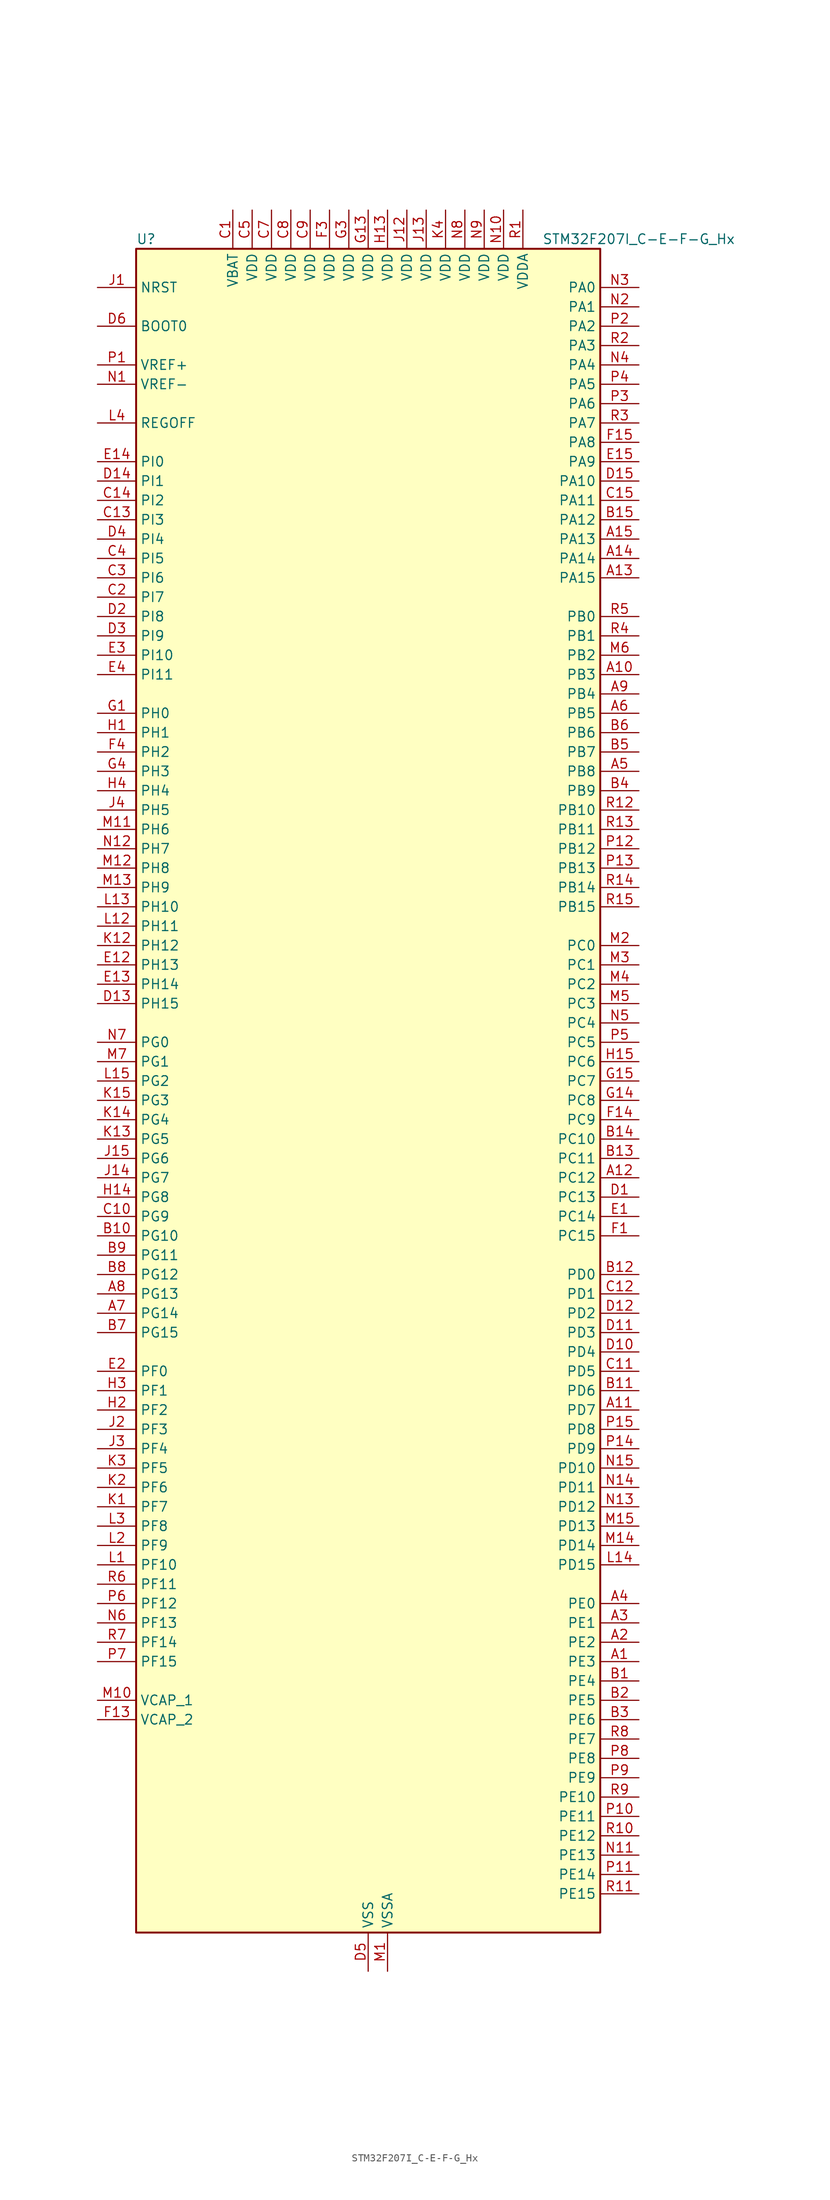
<source format=kicad_sym>
(kicad_symbol_lib
  (version 20241209)
  (generator "kicad_symbol_editor")
  (generator_version "9.0")
  (symbol "STM32F207I_C-E-F-G_Hx"
    (property "Reference" "U"
      (at -30.48 113.03 0)
      (effects (font (size 1.27 1.27)) (justify left)))
    (property "Value" "STM32F207I_C-E-F-G_Hx"
      (at 22.86 113.03 0)
      (effects (font (size 1.27 1.27)) (justify left)))
    (symbol "STM32F207I_C-E-F-G_Hx_0_1"
      (rectangle (start -30.48 -109.22) (end 30.48 111.76) (stroke (width 0.254) (type default)) (fill (type background))))
    (symbol "STM32F207I_C-E-F-G_Hx_1_1"
      (pin input line (at -35.56 106.68 0) (length 5.08) (name "NRST" (effects (font (size 1.27 1.27)))) (number "J1" (effects (font (size 1.27 1.27)))))
      (pin input line (at -35.56 101.6 0) (length 5.08) (name "BOOT0" (effects (font (size 1.27 1.27)))) (number "D6" (effects (font (size 1.27 1.27)))))
      (pin input line (at -35.56 96.52 0) (length 5.08) (name "VREF+" (effects (font (size 1.27 1.27)))) (number "P1" (effects (font (size 1.27 1.27)))))
      (pin input line (at -35.56 93.98 0) (length 5.08) (name "VREF-" (effects (font (size 1.27 1.27)))) (number "N1" (effects (font (size 1.27 1.27)))))
      (pin input line (at -35.56 88.9 0) (length 5.08) (name "REGOFF" (effects (font (size 1.27 1.27)))) (number "L4" (effects (font (size 1.27 1.27)))))
      (pin bidirectional line (at -35.56 83.82 0) (length 5.08) (name "PI0" (effects (font (size 1.27 1.27)))) (number "E14" (effects (font (size 1.27 1.27)))) (alternate "DCMI_D13" bidirectional line) (alternate "I2S2_WS" bidirectional line) (alternate "SPI2_NSS" bidirectional line) (alternate "TIM5_CH4" bidirectional line))
      (pin bidirectional line (at -35.56 81.28 0) (length 5.08) (name "PI1" (effects (font (size 1.27 1.27)))) (number "D14" (effects (font (size 1.27 1.27)))) (alternate "DCMI_D8" bidirectional line) (alternate "I2S2_SCK" bidirectional line) (alternate "SPI2_SCK" bidirectional line))
      (pin bidirectional line (at -35.56 78.74 0) (length 5.08) (name "PI2" (effects (font (size 1.27 1.27)))) (number "C14" (effects (font (size 1.27 1.27)))) (alternate "DCMI_D9" bidirectional line) (alternate "SPI2_MISO" bidirectional line) (alternate "TIM8_CH4" bidirectional line))
      (pin bidirectional line (at -35.56 76.2 0) (length 5.08) (name "PI3" (effects (font (size 1.27 1.27)))) (number "C13" (effects (font (size 1.27 1.27)))) (alternate "DCMI_D10" bidirectional line) (alternate "I2S2_SD" bidirectional line) (alternate "SPI2_MOSI" bidirectional line) (alternate "TIM8_ETR" bidirectional line))
      (pin bidirectional line (at -35.56 73.66 0) (length 5.08) (name "PI4" (effects (font (size 1.27 1.27)))) (number "D4" (effects (font (size 1.27 1.27)))) (alternate "DCMI_D5" bidirectional line) (alternate "TIM8_BKIN" bidirectional line))
      (pin bidirectional line (at -35.56 71.12 0) (length 5.08) (name "PI5" (effects (font (size 1.27 1.27)))) (number "C4" (effects (font (size 1.27 1.27)))) (alternate "DCMI_VSYNC" bidirectional line) (alternate "TIM8_CH1" bidirectional line))
      (pin bidirectional line (at -35.56 68.58 0) (length 5.08) (name "PI6" (effects (font (size 1.27 1.27)))) (number "C3" (effects (font (size 1.27 1.27)))) (alternate "DCMI_D6" bidirectional line) (alternate "TIM8_CH2" bidirectional line))
      (pin bidirectional line (at -35.56 66.04 0) (length 5.08) (name "PI7" (effects (font (size 1.27 1.27)))) (number "C2" (effects (font (size 1.27 1.27)))) (alternate "DCMI_D7" bidirectional line) (alternate "TIM8_CH3" bidirectional line))
      (pin bidirectional line (at -35.56 63.5 0) (length 5.08) (name "PI8" (effects (font (size 1.27 1.27)))) (number "D2" (effects (font (size 1.27 1.27)))) (alternate "RTC_AF2" bidirectional line))
      (pin bidirectional line (at -35.56 60.96 0) (length 5.08) (name "PI9" (effects (font (size 1.27 1.27)))) (number "D3" (effects (font (size 1.27 1.27)))) (alternate "CAN1_RX" bidirectional line) (alternate "DAC_EXTI9" bidirectional line))
      (pin bidirectional line (at -35.56 58.42 0) (length 5.08) (name "PI10" (effects (font (size 1.27 1.27)))) (number "E3" (effects (font (size 1.27 1.27)))) (alternate "ETH_RX_ER" bidirectional line))
      (pin bidirectional line (at -35.56 55.88 0) (length 5.08) (name "PI11" (effects (font (size 1.27 1.27)))) (number "E4" (effects (font (size 1.27 1.27)))) (alternate "ADC1_EXTI11" bidirectional line) (alternate "ADC2_EXTI11" bidirectional line) (alternate "ADC3_EXTI11" bidirectional line) (alternate "USB_OTG_HS_ULPI_DIR" bidirectional line))
      (pin bidirectional line (at -35.56 50.8 0) (length 5.08) (name "PH0" (effects (font (size 1.27 1.27)))) (number "G1" (effects (font (size 1.27 1.27)))) (alternate "RCC_OSC_IN" bidirectional line))
      (pin bidirectional line (at -35.56 48.26 0) (length 5.08) (name "PH1" (effects (font (size 1.27 1.27)))) (number "H1" (effects (font (size 1.27 1.27)))) (alternate "RCC_OSC_OUT" bidirectional line))
      (pin bidirectional line (at -35.56 45.72 0) (length 5.08) (name "PH2" (effects (font (size 1.27 1.27)))) (number "F4" (effects (font (size 1.27 1.27)))) (alternate "ETH_CRS" bidirectional line))
      (pin bidirectional line (at -35.56 43.18 0) (length 5.08) (name "PH3" (effects (font (size 1.27 1.27)))) (number "G4" (effects (font (size 1.27 1.27)))) (alternate "ETH_COL" bidirectional line))
      (pin bidirectional line (at -35.56 40.64 0) (length 5.08) (name "PH4" (effects (font (size 1.27 1.27)))) (number "H4" (effects (font (size 1.27 1.27)))) (alternate "I2C2_SCL" bidirectional line) (alternate "USB_OTG_HS_ULPI_NXT" bidirectional line))
      (pin bidirectional line (at -35.56 38.1 0) (length 5.08) (name "PH5" (effects (font (size 1.27 1.27)))) (number "J4" (effects (font (size 1.27 1.27)))) (alternate "I2C2_SDA" bidirectional line))
      (pin bidirectional line (at -35.56 35.56 0) (length 5.08) (name "PH6" (effects (font (size 1.27 1.27)))) (number "M11" (effects (font (size 1.27 1.27)))) (alternate "ETH_RXD2" bidirectional line) (alternate "I2C2_SMBA" bidirectional line) (alternate "TIM12_CH1" bidirectional line))
      (pin bidirectional line (at -35.56 33.02 0) (length 5.08) (name "PH7" (effects (font (size 1.27 1.27)))) (number "N12" (effects (font (size 1.27 1.27)))) (alternate "ETH_RXD3" bidirectional line) (alternate "I2C3_SCL" bidirectional line))
      (pin bidirectional line (at -35.56 30.48 0) (length 5.08) (name "PH8" (effects (font (size 1.27 1.27)))) (number "M12" (effects (font (size 1.27 1.27)))) (alternate "DCMI_HSYNC" bidirectional line) (alternate "I2C3_SDA" bidirectional line))
      (pin bidirectional line (at -35.56 27.94 0) (length 5.08) (name "PH9" (effects (font (size 1.27 1.27)))) (number "M13" (effects (font (size 1.27 1.27)))) (alternate "DAC_EXTI9" bidirectional line) (alternate "DCMI_D0" bidirectional line) (alternate "I2C3_SMBA" bidirectional line) (alternate "TIM12_CH2" bidirectional line))
      (pin bidirectional line (at -35.56 25.4 0) (length 5.08) (name "PH10" (effects (font (size 1.27 1.27)))) (number "L13" (effects (font (size 1.27 1.27)))) (alternate "DCMI_D1" bidirectional line) (alternate "TIM5_CH1" bidirectional line))
      (pin bidirectional line (at -35.56 22.86 0) (length 5.08) (name "PH11" (effects (font (size 1.27 1.27)))) (number "L12" (effects (font (size 1.27 1.27)))) (alternate "ADC1_EXTI11" bidirectional line) (alternate "ADC2_EXTI11" bidirectional line) (alternate "ADC3_EXTI11" bidirectional line) (alternate "DCMI_D2" bidirectional line) (alternate "TIM5_CH2" bidirectional line))
      (pin bidirectional line (at -35.56 20.32 0) (length 5.08) (name "PH12" (effects (font (size 1.27 1.27)))) (number "K12" (effects (font (size 1.27 1.27)))) (alternate "DCMI_D3" bidirectional line) (alternate "TIM5_CH3" bidirectional line))
      (pin bidirectional line (at -35.56 17.78 0) (length 5.08) (name "PH13" (effects (font (size 1.27 1.27)))) (number "E12" (effects (font (size 1.27 1.27)))) (alternate "CAN1_TX" bidirectional line) (alternate "TIM8_CH1N" bidirectional line))
      (pin bidirectional line (at -35.56 15.24 0) (length 5.08) (name "PH14" (effects (font (size 1.27 1.27)))) (number "E13" (effects (font (size 1.27 1.27)))) (alternate "DCMI_D4" bidirectional line) (alternate "TIM8_CH2N" bidirectional line))
      (pin bidirectional line (at -35.56 12.7 0) (length 5.08) (name "PH15" (effects (font (size 1.27 1.27)))) (number "D13" (effects (font (size 1.27 1.27)))) (alternate "ADC1_EXTI15" bidirectional line) (alternate "ADC2_EXTI15" bidirectional line) (alternate "ADC3_EXTI15" bidirectional line) (alternate "DCMI_D11" bidirectional line) (alternate "TIM8_CH3N" bidirectional line))
      (pin bidirectional line (at -35.56 7.62 0) (length 5.08) (name "PG0" (effects (font (size 1.27 1.27)))) (number "N7" (effects (font (size 1.27 1.27)))) (alternate "FSMC_A10" bidirectional line))
      (pin bidirectional line (at -35.56 5.08 0) (length 5.08) (name "PG1" (effects (font (size 1.27 1.27)))) (number "M7" (effects (font (size 1.27 1.27)))) (alternate "FSMC_A11" bidirectional line))
      (pin bidirectional line (at -35.56 2.54 0) (length 5.08) (name "PG2" (effects (font (size 1.27 1.27)))) (number "L15" (effects (font (size 1.27 1.27)))) (alternate "FSMC_A12" bidirectional line))
      (pin bidirectional line (at -35.56 0 0) (length 5.08) (name "PG3" (effects (font (size 1.27 1.27)))) (number "K15" (effects (font (size 1.27 1.27)))) (alternate "FSMC_A13" bidirectional line))
      (pin bidirectional line (at -35.56 -2.54 0) (length 5.08) (name "PG4" (effects (font (size 1.27 1.27)))) (number "K14" (effects (font (size 1.27 1.27)))) (alternate "FSMC_A14" bidirectional line))
      (pin bidirectional line (at -35.56 -5.08 0) (length 5.08) (name "PG5" (effects (font (size 1.27 1.27)))) (number "K13" (effects (font (size 1.27 1.27)))) (alternate "FSMC_A15" bidirectional line))
      (pin bidirectional line (at -35.56 -7.62 0) (length 5.08) (name "PG6" (effects (font (size 1.27 1.27)))) (number "J15" (effects (font (size 1.27 1.27)))) (alternate "FSMC_INT2" bidirectional line))
      (pin bidirectional line (at -35.56 -10.16 0) (length 5.08) (name "PG7" (effects (font (size 1.27 1.27)))) (number "J14" (effects (font (size 1.27 1.27)))) (alternate "FSMC_INT3" bidirectional line) (alternate "USART6_CK" bidirectional line))
      (pin bidirectional line (at -35.56 -12.7 0) (length 5.08) (name "PG8" (effects (font (size 1.27 1.27)))) (number "H14" (effects (font (size 1.27 1.27)))) (alternate "ETH_PPS_OUT" bidirectional line) (alternate "USART6_RTS" bidirectional line))
      (pin bidirectional line (at -35.56 -15.24 0) (length 5.08) (name "PG9" (effects (font (size 1.27 1.27)))) (number "C10" (effects (font (size 1.27 1.27)))) (alternate "DAC_EXTI9" bidirectional line) (alternate "FSMC_NCE3" bidirectional line) (alternate "FSMC_NE2" bidirectional line) (alternate "USART6_RX" bidirectional line))
      (pin bidirectional line (at -35.56 -17.78 0) (length 5.08) (name "PG10" (effects (font (size 1.27 1.27)))) (number "B10" (effects (font (size 1.27 1.27)))) (alternate "FSMC_NCE4_1" bidirectional line) (alternate "FSMC_NE3" bidirectional line))
      (pin bidirectional line (at -35.56 -20.32 0) (length 5.08) (name "PG11" (effects (font (size 1.27 1.27)))) (number "B9" (effects (font (size 1.27 1.27)))) (alternate "ADC1_EXTI11" bidirectional line) (alternate "ADC2_EXTI11" bidirectional line) (alternate "ADC3_EXTI11" bidirectional line) (alternate "ETH_TX_EN" bidirectional line) (alternate "FSMC_NCE4_2" bidirectional line))
      (pin bidirectional line (at -35.56 -22.86 0) (length 5.08) (name "PG12" (effects (font (size 1.27 1.27)))) (number "B8" (effects (font (size 1.27 1.27)))) (alternate "FSMC_NE4" bidirectional line) (alternate "USART6_RTS" bidirectional line))
      (pin bidirectional line (at -35.56 -25.4 0) (length 5.08) (name "PG13" (effects (font (size 1.27 1.27)))) (number "A8" (effects (font (size 1.27 1.27)))) (alternate "ETH_TXD0" bidirectional line) (alternate "FSMC_A24" bidirectional line) (alternate "USART6_CTS" bidirectional line))
      (pin bidirectional line (at -35.56 -27.94 0) (length 5.08) (name "PG14" (effects (font (size 1.27 1.27)))) (number "A7" (effects (font (size 1.27 1.27)))) (alternate "ETH_TXD1" bidirectional line) (alternate "FSMC_A25" bidirectional line) (alternate "USART6_TX" bidirectional line))
      (pin bidirectional line (at -35.56 -30.48 0) (length 5.08) (name "PG15" (effects (font (size 1.27 1.27)))) (number "B7" (effects (font (size 1.27 1.27)))) (alternate "ADC1_EXTI15" bidirectional line) (alternate "ADC2_EXTI15" bidirectional line) (alternate "ADC3_EXTI15" bidirectional line) (alternate "DCMI_D13" bidirectional line) (alternate "USART6_CTS" bidirectional line))
      (pin bidirectional line (at -35.56 -35.56 0) (length 5.08) (name "PF0" (effects (font (size 1.27 1.27)))) (number "E2" (effects (font (size 1.27 1.27)))) (alternate "FSMC_A0" bidirectional line) (alternate "I2C2_SDA" bidirectional line))
      (pin bidirectional line (at -35.56 -38.1 0) (length 5.08) (name "PF1" (effects (font (size 1.27 1.27)))) (number "H3" (effects (font (size 1.27 1.27)))) (alternate "FSMC_A1" bidirectional line) (alternate "I2C2_SCL" bidirectional line))
      (pin bidirectional line (at -35.56 -40.64 0) (length 5.08) (name "PF2" (effects (font (size 1.27 1.27)))) (number "H2" (effects (font (size 1.27 1.27)))) (alternate "FSMC_A2" bidirectional line) (alternate "I2C2_SMBA" bidirectional line))
      (pin bidirectional line (at -35.56 -43.18 0) (length 5.08) (name "PF3" (effects (font (size 1.27 1.27)))) (number "J2" (effects (font (size 1.27 1.27)))) (alternate "ADC3_IN9" bidirectional line) (alternate "FSMC_A3" bidirectional line))
      (pin bidirectional line (at -35.56 -45.72 0) (length 5.08) (name "PF4" (effects (font (size 1.27 1.27)))) (number "J3" (effects (font (size 1.27 1.27)))) (alternate "ADC3_IN14" bidirectional line) (alternate "FSMC_A4" bidirectional line))
      (pin bidirectional line (at -35.56 -48.26 0) (length 5.08) (name "PF5" (effects (font (size 1.27 1.27)))) (number "K3" (effects (font (size 1.27 1.27)))) (alternate "ADC3_IN15" bidirectional line) (alternate "FSMC_A5" bidirectional line))
      (pin bidirectional line (at -35.56 -50.8 0) (length 5.08) (name "PF6" (effects (font (size 1.27 1.27)))) (number "K2" (effects (font (size 1.27 1.27)))) (alternate "ADC3_IN4" bidirectional line) (alternate "FSMC_NIORD" bidirectional line) (alternate "TIM10_CH1" bidirectional line))
      (pin bidirectional line (at -35.56 -53.34 0) (length 5.08) (name "PF7" (effects (font (size 1.27 1.27)))) (number "K1" (effects (font (size 1.27 1.27)))) (alternate "ADC3_IN5" bidirectional line) (alternate "FSMC_NREG" bidirectional line) (alternate "TIM11_CH1" bidirectional line))
      (pin bidirectional line (at -35.56 -55.88 0) (length 5.08) (name "PF8" (effects (font (size 1.27 1.27)))) (number "L3" (effects (font (size 1.27 1.27)))) (alternate "ADC3_IN6" bidirectional line) (alternate "FSMC_NIOWR" bidirectional line) (alternate "TIM13_CH1" bidirectional line))
      (pin bidirectional line (at -35.56 -58.42 0) (length 5.08) (name "PF9" (effects (font (size 1.27 1.27)))) (number "L2" (effects (font (size 1.27 1.27)))) (alternate "ADC3_IN7" bidirectional line) (alternate "DAC_EXTI9" bidirectional line) (alternate "FSMC_CD" bidirectional line) (alternate "TIM14_CH1" bidirectional line))
      (pin bidirectional line (at -35.56 -60.96 0) (length 5.08) (name "PF10" (effects (font (size 1.27 1.27)))) (number "L1" (effects (font (size 1.27 1.27)))) (alternate "ADC3_IN8" bidirectional line) (alternate "FSMC_INTR" bidirectional line))
      (pin bidirectional line (at -35.56 -63.5 0) (length 5.08) (name "PF11" (effects (font (size 1.27 1.27)))) (number "R6" (effects (font (size 1.27 1.27)))) (alternate "ADC1_EXTI11" bidirectional line) (alternate "ADC2_EXTI11" bidirectional line) (alternate "ADC3_EXTI11" bidirectional line) (alternate "DCMI_D12" bidirectional line))
      (pin bidirectional line (at -35.56 -66.04 0) (length 5.08) (name "PF12" (effects (font (size 1.27 1.27)))) (number "P6" (effects (font (size 1.27 1.27)))) (alternate "FSMC_A6" bidirectional line))
      (pin bidirectional line (at -35.56 -68.58 0) (length 5.08) (name "PF13" (effects (font (size 1.27 1.27)))) (number "N6" (effects (font (size 1.27 1.27)))) (alternate "FSMC_A7" bidirectional line))
      (pin bidirectional line (at -35.56 -71.12 0) (length 5.08) (name "PF14" (effects (font (size 1.27 1.27)))) (number "R7" (effects (font (size 1.27 1.27)))) (alternate "FSMC_A8" bidirectional line))
      (pin bidirectional line (at -35.56 -73.66 0) (length 5.08) (name "PF15" (effects (font (size 1.27 1.27)))) (number "P7" (effects (font (size 1.27 1.27)))) (alternate "ADC1_EXTI15" bidirectional line) (alternate "ADC2_EXTI15" bidirectional line) (alternate "ADC3_EXTI15" bidirectional line) (alternate "FSMC_A9" bidirectional line))
      (pin power_out line (at -35.56 -78.74 0) (length 5.08) (name "VCAP_1" (effects (font (size 1.27 1.27)))) (number "M10" (effects (font (size 1.27 1.27)))))
      (pin power_out line (at -35.56 -81.28 0) (length 5.08) (name "VCAP_2" (effects (font (size 1.27 1.27)))) (number "F13" (effects (font (size 1.27 1.27)))))
      (pin no_connect line (at -30.48 -109.22 0) (length 5.08) (hide yes) (name "RFU" (effects (font (size 1.27 1.27)))) (number "C6" (effects (font (size 1.27 1.27)))))
      (pin power_in line (at -17.78 116.84 270) (length 5.08) (name "VBAT" (effects (font (size 1.27 1.27)))) (number "C1" (effects (font (size 1.27 1.27)))))
      (pin power_in line (at -15.24 116.84 270) (length 5.08) (name "VDD" (effects (font (size 1.27 1.27)))) (number "C5" (effects (font (size 1.27 1.27)))))
      (pin power_in line (at -12.7 116.84 270) (length 5.08) (name "VDD" (effects (font (size 1.27 1.27)))) (number "C7" (effects (font (size 1.27 1.27)))))
      (pin power_in line (at -10.16 116.84 270) (length 5.08) (name "VDD" (effects (font (size 1.27 1.27)))) (number "C8" (effects (font (size 1.27 1.27)))))
      (pin power_in line (at -7.62 116.84 270) (length 5.08) (name "VDD" (effects (font (size 1.27 1.27)))) (number "C9" (effects (font (size 1.27 1.27)))))
      (pin power_in line (at -5.08 116.84 270) (length 5.08) (name "VDD" (effects (font (size 1.27 1.27)))) (number "F3" (effects (font (size 1.27 1.27)))))
      (pin power_in line (at -2.54 116.84 270) (length 5.08) (name "VDD" (effects (font (size 1.27 1.27)))) (number "G3" (effects (font (size 1.27 1.27)))))
      (pin power_in line (at 0 116.84 270) (length 5.08) (name "VDD" (effects (font (size 1.27 1.27)))) (number "G13" (effects (font (size 1.27 1.27)))))
      (pin power_in line (at 0 -114.3 90) (length 5.08) (name "VSS" (effects (font (size 1.27 1.27)))) (number "D5" (effects (font (size 1.27 1.27)))))
      (pin passive line (at 0 -114.3 90) (length 5.08) (hide yes) (name "VSS" (effects (font (size 1.27 1.27)))) (number "D7" (effects (font (size 1.27 1.27)))))
      (pin passive line (at 0 -114.3 90) (length 5.08) (hide yes) (name "VSS" (effects (font (size 1.27 1.27)))) (number "D8" (effects (font (size 1.27 1.27)))))
      (pin passive line (at 0 -114.3 90) (length 5.08) (hide yes) (name "VSS" (effects (font (size 1.27 1.27)))) (number "D9" (effects (font (size 1.27 1.27)))))
      (pin passive line (at 0 -114.3 90) (length 5.08) (hide yes) (name "VSS" (effects (font (size 1.27 1.27)))) (number "F10" (effects (font (size 1.27 1.27)))))
      (pin passive line (at 0 -114.3 90) (length 5.08) (hide yes) (name "VSS" (effects (font (size 1.27 1.27)))) (number "F12" (effects (font (size 1.27 1.27)))))
      (pin passive line (at 0 -114.3 90) (length 5.08) (hide yes) (name "VSS" (effects (font (size 1.27 1.27)))) (number "F2" (effects (font (size 1.27 1.27)))))
      (pin passive line (at 0 -114.3 90) (length 5.08) (hide yes) (name "VSS" (effects (font (size 1.27 1.27)))) (number "F6" (effects (font (size 1.27 1.27)))))
      (pin passive line (at 0 -114.3 90) (length 5.08) (hide yes) (name "VSS" (effects (font (size 1.27 1.27)))) (number "F7" (effects (font (size 1.27 1.27)))))
      (pin passive line (at 0 -114.3 90) (length 5.08) (hide yes) (name "VSS" (effects (font (size 1.27 1.27)))) (number "F8" (effects (font (size 1.27 1.27)))))
      (pin passive line (at 0 -114.3 90) (length 5.08) (hide yes) (name "VSS" (effects (font (size 1.27 1.27)))) (number "F9" (effects (font (size 1.27 1.27)))))
      (pin passive line (at 0 -114.3 90) (length 5.08) (hide yes) (name "VSS" (effects (font (size 1.27 1.27)))) (number "G10" (effects (font (size 1.27 1.27)))))
      (pin passive line (at 0 -114.3 90) (length 5.08) (hide yes) (name "VSS" (effects (font (size 1.27 1.27)))) (number "G12" (effects (font (size 1.27 1.27)))))
      (pin passive line (at 0 -114.3 90) (length 5.08) (hide yes) (name "VSS" (effects (font (size 1.27 1.27)))) (number "G2" (effects (font (size 1.27 1.27)))))
      (pin passive line (at 0 -114.3 90) (length 5.08) (hide yes) (name "VSS" (effects (font (size 1.27 1.27)))) (number "G6" (effects (font (size 1.27 1.27)))))
      (pin passive line (at 0 -114.3 90) (length 5.08) (hide yes) (name "VSS" (effects (font (size 1.27 1.27)))) (number "G7" (effects (font (size 1.27 1.27)))))
      (pin passive line (at 0 -114.3 90) (length 5.08) (hide yes) (name "VSS" (effects (font (size 1.27 1.27)))) (number "G8" (effects (font (size 1.27 1.27)))))
      (pin passive line (at 0 -114.3 90) (length 5.08) (hide yes) (name "VSS" (effects (font (size 1.27 1.27)))) (number "G9" (effects (font (size 1.27 1.27)))))
      (pin passive line (at 0 -114.3 90) (length 5.08) (hide yes) (name "VSS" (effects (font (size 1.27 1.27)))) (number "H10" (effects (font (size 1.27 1.27)))))
      (pin passive line (at 0 -114.3 90) (length 5.08) (hide yes) (name "VSS" (effects (font (size 1.27 1.27)))) (number "H12" (effects (font (size 1.27 1.27)))))
      (pin passive line (at 0 -114.3 90) (length 5.08) (hide yes) (name "VSS" (effects (font (size 1.27 1.27)))) (number "H6" (effects (font (size 1.27 1.27)))))
      (pin passive line (at 0 -114.3 90) (length 5.08) (hide yes) (name "VSS" (effects (font (size 1.27 1.27)))) (number "H7" (effects (font (size 1.27 1.27)))))
      (pin passive line (at 0 -114.3 90) (length 5.08) (hide yes) (name "VSS" (effects (font (size 1.27 1.27)))) (number "H8" (effects (font (size 1.27 1.27)))))
      (pin passive line (at 0 -114.3 90) (length 5.08) (hide yes) (name "VSS" (effects (font (size 1.27 1.27)))) (number "H9" (effects (font (size 1.27 1.27)))))
      (pin passive line (at 0 -114.3 90) (length 5.08) (hide yes) (name "VSS" (effects (font (size 1.27 1.27)))) (number "J10" (effects (font (size 1.27 1.27)))))
      (pin passive line (at 0 -114.3 90) (length 5.08) (hide yes) (name "VSS" (effects (font (size 1.27 1.27)))) (number "J6" (effects (font (size 1.27 1.27)))))
      (pin passive line (at 0 -114.3 90) (length 5.08) (hide yes) (name "VSS" (effects (font (size 1.27 1.27)))) (number "J7" (effects (font (size 1.27 1.27)))))
      (pin passive line (at 0 -114.3 90) (length 5.08) (hide yes) (name "VSS" (effects (font (size 1.27 1.27)))) (number "J8" (effects (font (size 1.27 1.27)))))
      (pin passive line (at 0 -114.3 90) (length 5.08) (hide yes) (name "VSS" (effects (font (size 1.27 1.27)))) (number "J9" (effects (font (size 1.27 1.27)))))
      (pin passive line (at 0 -114.3 90) (length 5.08) (hide yes) (name "VSS" (effects (font (size 1.27 1.27)))) (number "K10" (effects (font (size 1.27 1.27)))))
      (pin passive line (at 0 -114.3 90) (length 5.08) (hide yes) (name "VSS" (effects (font (size 1.27 1.27)))) (number "K6" (effects (font (size 1.27 1.27)))))
      (pin passive line (at 0 -114.3 90) (length 5.08) (hide yes) (name "VSS" (effects (font (size 1.27 1.27)))) (number "K7" (effects (font (size 1.27 1.27)))))
      (pin passive line (at 0 -114.3 90) (length 5.08) (hide yes) (name "VSS" (effects (font (size 1.27 1.27)))) (number "K8" (effects (font (size 1.27 1.27)))))
      (pin passive line (at 0 -114.3 90) (length 5.08) (hide yes) (name "VSS" (effects (font (size 1.27 1.27)))) (number "K9" (effects (font (size 1.27 1.27)))))
      (pin passive line (at 0 -114.3 90) (length 5.08) (hide yes) (name "VSS" (effects (font (size 1.27 1.27)))) (number "M8" (effects (font (size 1.27 1.27)))))
      (pin passive line (at 0 -114.3 90) (length 5.08) (hide yes) (name "VSS" (effects (font (size 1.27 1.27)))) (number "M9" (effects (font (size 1.27 1.27)))))
      (pin power_in line (at 2.54 116.84 270) (length 5.08) (name "VDD" (effects (font (size 1.27 1.27)))) (number "H13" (effects (font (size 1.27 1.27)))))
      (pin power_in line (at 2.54 -114.3 90) (length 5.08) (name "VSSA" (effects (font (size 1.27 1.27)))) (number "M1" (effects (font (size 1.27 1.27)))))
      (pin power_in line (at 5.08 116.84 270) (length 5.08) (name "VDD" (effects (font (size 1.27 1.27)))) (number "J12" (effects (font (size 1.27 1.27)))))
      (pin power_in line (at 7.62 116.84 270) (length 5.08) (name "VDD" (effects (font (size 1.27 1.27)))) (number "J13" (effects (font (size 1.27 1.27)))))
      (pin power_in line (at 10.16 116.84 270) (length 5.08) (name "VDD" (effects (font (size 1.27 1.27)))) (number "K4" (effects (font (size 1.27 1.27)))))
      (pin power_in line (at 12.7 116.84 270) (length 5.08) (name "VDD" (effects (font (size 1.27 1.27)))) (number "N8" (effects (font (size 1.27 1.27)))))
      (pin power_in line (at 15.24 116.84 270) (length 5.08) (name "VDD" (effects (font (size 1.27 1.27)))) (number "N9" (effects (font (size 1.27 1.27)))))
      (pin power_in line (at 17.78 116.84 270) (length 5.08) (name "VDD" (effects (font (size 1.27 1.27)))) (number "N10" (effects (font (size 1.27 1.27)))))
      (pin power_in line (at 20.32 116.84 270) (length 5.08) (name "VDDA" (effects (font (size 1.27 1.27)))) (number "R1" (effects (font (size 1.27 1.27)))))
      (pin bidirectional line (at 35.56 106.68 180) (length 5.08) (name "PA0" (effects (font (size 1.27 1.27)))) (number "N3" (effects (font (size 1.27 1.27)))) (alternate "ADC1_IN0" bidirectional line) (alternate "ADC2_IN0" bidirectional line) (alternate "ADC3_IN0" bidirectional line) (alternate "ETH_CRS" bidirectional line) (alternate "SYS_WKUP" bidirectional line) (alternate "TIM2_CH1" bidirectional line) (alternate "TIM2_ETR" bidirectional line) (alternate "TIM5_CH1" bidirectional line) (alternate "TIM8_ETR" bidirectional line) (alternate "UART4_TX" bidirectional line) (alternate "USART2_CTS" bidirectional line))
      (pin bidirectional line (at 35.56 104.14 180) (length 5.08) (name "PA1" (effects (font (size 1.27 1.27)))) (number "N2" (effects (font (size 1.27 1.27)))) (alternate "ADC1_IN1" bidirectional line) (alternate "ADC2_IN1" bidirectional line) (alternate "ADC3_IN1" bidirectional line) (alternate "ETH_REF_CLK" bidirectional line) (alternate "ETH_RX_CLK" bidirectional line) (alternate "TIM2_CH2" bidirectional line) (alternate "TIM5_CH2" bidirectional line) (alternate "UART4_RX" bidirectional line) (alternate "USART2_RTS" bidirectional line))
      (pin bidirectional line (at 35.56 101.6 180) (length 5.08) (name "PA2" (effects (font (size 1.27 1.27)))) (number "P2" (effects (font (size 1.27 1.27)))) (alternate "ADC1_IN2" bidirectional line) (alternate "ADC2_IN2" bidirectional line) (alternate "ADC3_IN2" bidirectional line) (alternate "ETH_MDIO" bidirectional line) (alternate "TIM2_CH3" bidirectional line) (alternate "TIM5_CH3" bidirectional line) (alternate "TIM9_CH1" bidirectional line) (alternate "USART2_TX" bidirectional line))
      (pin bidirectional line (at 35.56 99.06 180) (length 5.08) (name "PA3" (effects (font (size 1.27 1.27)))) (number "R2" (effects (font (size 1.27 1.27)))) (alternate "ADC1_IN3" bidirectional line) (alternate "ADC2_IN3" bidirectional line) (alternate "ADC3_IN3" bidirectional line) (alternate "ETH_COL" bidirectional line) (alternate "TIM2_CH4" bidirectional line) (alternate "TIM5_CH4" bidirectional line) (alternate "TIM9_CH2" bidirectional line) (alternate "USART2_RX" bidirectional line) (alternate "USB_OTG_HS_ULPI_D0" bidirectional line))
      (pin bidirectional line (at 35.56 96.52 180) (length 5.08) (name "PA4" (effects (font (size 1.27 1.27)))) (number "N4" (effects (font (size 1.27 1.27)))) (alternate "ADC1_IN4" bidirectional line) (alternate "ADC2_IN4" bidirectional line) (alternate "DAC_OUT1" bidirectional line) (alternate "DCMI_HSYNC" bidirectional line) (alternate "I2S3_WS" bidirectional line) (alternate "SPI1_NSS" bidirectional line) (alternate "SPI3_NSS" bidirectional line) (alternate "USART2_CK" bidirectional line) (alternate "USB_OTG_HS_SOF" bidirectional line))
      (pin bidirectional line (at 35.56 93.98 180) (length 5.08) (name "PA5" (effects (font (size 1.27 1.27)))) (number "P4" (effects (font (size 1.27 1.27)))) (alternate "ADC1_IN5" bidirectional line) (alternate "ADC2_IN5" bidirectional line) (alternate "DAC_OUT2" bidirectional line) (alternate "SPI1_SCK" bidirectional line) (alternate "TIM2_CH1" bidirectional line) (alternate "TIM2_ETR" bidirectional line) (alternate "TIM8_CH1N" bidirectional line) (alternate "USB_OTG_HS_ULPI_CK" bidirectional line))
      (pin bidirectional line (at 35.56 91.44 180) (length 5.08) (name "PA6" (effects (font (size 1.27 1.27)))) (number "P3" (effects (font (size 1.27 1.27)))) (alternate "ADC1_IN6" bidirectional line) (alternate "ADC2_IN6" bidirectional line) (alternate "DCMI_PIXCLK" bidirectional line) (alternate "SPI1_MISO" bidirectional line) (alternate "TIM13_CH1" bidirectional line) (alternate "TIM1_BKIN" bidirectional line) (alternate "TIM3_CH1" bidirectional line) (alternate "TIM8_BKIN" bidirectional line))
      (pin bidirectional line (at 35.56 88.9 180) (length 5.08) (name "PA7" (effects (font (size 1.27 1.27)))) (number "R3" (effects (font (size 1.27 1.27)))) (alternate "ADC1_IN7" bidirectional line) (alternate "ADC2_IN7" bidirectional line) (alternate "ETH_CRS_DV" bidirectional line) (alternate "ETH_RX_DV" bidirectional line) (alternate "SPI1_MOSI" bidirectional line) (alternate "TIM14_CH1" bidirectional line) (alternate "TIM1_CH1N" bidirectional line) (alternate "TIM3_CH2" bidirectional line) (alternate "TIM8_CH1N" bidirectional line))
      (pin bidirectional line (at 35.56 86.36 180) (length 5.08) (name "PA8" (effects (font (size 1.27 1.27)))) (number "F15" (effects (font (size 1.27 1.27)))) (alternate "I2C3_SCL" bidirectional line) (alternate "RCC_MCO_1" bidirectional line) (alternate "TIM1_CH1" bidirectional line) (alternate "USART1_CK" bidirectional line) (alternate "USB_OTG_FS_SOF" bidirectional line))
      (pin bidirectional line (at 35.56 83.82 180) (length 5.08) (name "PA9" (effects (font (size 1.27 1.27)))) (number "E15" (effects (font (size 1.27 1.27)))) (alternate "DAC_EXTI9" bidirectional line) (alternate "DCMI_D0" bidirectional line) (alternate "I2C3_SMBA" bidirectional line) (alternate "TIM1_CH2" bidirectional line) (alternate "USART1_TX" bidirectional line) (alternate "USB_OTG_FS_VBUS" bidirectional line))
      (pin bidirectional line (at 35.56 81.28 180) (length 5.08) (name "PA10" (effects (font (size 1.27 1.27)))) (number "D15" (effects (font (size 1.27 1.27)))) (alternate "DCMI_D1" bidirectional line) (alternate "TIM1_CH3" bidirectional line) (alternate "USART1_RX" bidirectional line) (alternate "USB_OTG_FS_ID" bidirectional line))
      (pin bidirectional line (at 35.56 78.74 180) (length 5.08) (name "PA11" (effects (font (size 1.27 1.27)))) (number "C15" (effects (font (size 1.27 1.27)))) (alternate "ADC1_EXTI11" bidirectional line) (alternate "ADC2_EXTI11" bidirectional line) (alternate "ADC3_EXTI11" bidirectional line) (alternate "CAN1_RX" bidirectional line) (alternate "TIM1_CH4" bidirectional line) (alternate "USART1_CTS" bidirectional line) (alternate "USB_OTG_FS_DM" bidirectional line))
      (pin bidirectional line (at 35.56 76.2 180) (length 5.08) (name "PA12" (effects (font (size 1.27 1.27)))) (number "B15" (effects (font (size 1.27 1.27)))) (alternate "CAN1_TX" bidirectional line) (alternate "TIM1_ETR" bidirectional line) (alternate "USART1_RTS" bidirectional line) (alternate "USB_OTG_FS_DP" bidirectional line))
      (pin bidirectional line (at 35.56 73.66 180) (length 5.08) (name "PA13" (effects (font (size 1.27 1.27)))) (number "A15" (effects (font (size 1.27 1.27)))) (alternate "SYS_JTMS-SWDIO" bidirectional line))
      (pin bidirectional line (at 35.56 71.12 180) (length 5.08) (name "PA14" (effects (font (size 1.27 1.27)))) (number "A14" (effects (font (size 1.27 1.27)))) (alternate "SYS_JTCK-SWCLK" bidirectional line))
      (pin bidirectional line (at 35.56 68.58 180) (length 5.08) (name "PA15" (effects (font (size 1.27 1.27)))) (number "A13" (effects (font (size 1.27 1.27)))) (alternate "ADC1_EXTI15" bidirectional line) (alternate "ADC2_EXTI15" bidirectional line) (alternate "ADC3_EXTI15" bidirectional line) (alternate "I2S3_WS" bidirectional line) (alternate "SPI1_NSS" bidirectional line) (alternate "SPI3_NSS" bidirectional line) (alternate "SYS_JTDI" bidirectional line) (alternate "TIM2_CH1" bidirectional line) (alternate "TIM2_ETR" bidirectional line))
      (pin bidirectional line (at 35.56 63.5 180) (length 5.08) (name "PB0" (effects (font (size 1.27 1.27)))) (number "R5" (effects (font (size 1.27 1.27)))) (alternate "ADC1_IN8" bidirectional line) (alternate "ADC2_IN8" bidirectional line) (alternate "ETH_RXD2" bidirectional line) (alternate "TIM1_CH2N" bidirectional line) (alternate "TIM3_CH3" bidirectional line) (alternate "TIM8_CH2N" bidirectional line) (alternate "USB_OTG_HS_ULPI_D1" bidirectional line))
      (pin bidirectional line (at 35.56 60.96 180) (length 5.08) (name "PB1" (effects (font (size 1.27 1.27)))) (number "R4" (effects (font (size 1.27 1.27)))) (alternate "ADC1_IN9" bidirectional line) (alternate "ADC2_IN9" bidirectional line) (alternate "ETH_RXD3" bidirectional line) (alternate "TIM1_CH3N" bidirectional line) (alternate "TIM3_CH4" bidirectional line) (alternate "TIM8_CH3N" bidirectional line) (alternate "USB_OTG_HS_ULPI_D2" bidirectional line))
      (pin bidirectional line (at 35.56 58.42 180) (length 5.08) (name "PB2" (effects (font (size 1.27 1.27)))) (number "M6" (effects (font (size 1.27 1.27)))))
      (pin bidirectional line (at 35.56 55.88 180) (length 5.08) (name "PB3" (effects (font (size 1.27 1.27)))) (number "A10" (effects (font (size 1.27 1.27)))) (alternate "I2S3_SCK" bidirectional line) (alternate "SPI1_SCK" bidirectional line) (alternate "SPI3_SCK" bidirectional line) (alternate "SYS_JTDO-SWO" bidirectional line) (alternate "TIM2_CH2" bidirectional line))
      (pin bidirectional line (at 35.56 53.34 180) (length 5.08) (name "PB4" (effects (font (size 1.27 1.27)))) (number "A9" (effects (font (size 1.27 1.27)))) (alternate "SPI1_MISO" bidirectional line) (alternate "SPI3_MISO" bidirectional line) (alternate "SYS_JTRST" bidirectional line) (alternate "TIM3_CH1" bidirectional line))
      (pin bidirectional line (at 35.56 50.8 180) (length 5.08) (name "PB5" (effects (font (size 1.27 1.27)))) (number "A6" (effects (font (size 1.27 1.27)))) (alternate "CAN2_RX" bidirectional line) (alternate "DCMI_D10" bidirectional line) (alternate "ETH_PPS_OUT" bidirectional line) (alternate "I2C1_SMBA" bidirectional line) (alternate "I2S3_SD" bidirectional line) (alternate "SPI1_MOSI" bidirectional line) (alternate "SPI3_MOSI" bidirectional line) (alternate "TIM3_CH2" bidirectional line) (alternate "USB_OTG_HS_ULPI_D7" bidirectional line))
      (pin bidirectional line (at 35.56 48.26 180) (length 5.08) (name "PB6" (effects (font (size 1.27 1.27)))) (number "B6" (effects (font (size 1.27 1.27)))) (alternate "CAN2_TX" bidirectional line) (alternate "DCMI_D5" bidirectional line) (alternate "I2C1_SCL" bidirectional line) (alternate "TIM4_CH1" bidirectional line) (alternate "USART1_TX" bidirectional line))
      (pin bidirectional line (at 35.56 45.72 180) (length 5.08) (name "PB7" (effects (font (size 1.27 1.27)))) (number "B5" (effects (font (size 1.27 1.27)))) (alternate "DCMI_VSYNC" bidirectional line) (alternate "FSMC_NL" bidirectional line) (alternate "I2C1_SDA" bidirectional line) (alternate "TIM4_CH2" bidirectional line) (alternate "USART1_RX" bidirectional line))
      (pin bidirectional line (at 35.56 43.18 180) (length 5.08) (name "PB8" (effects (font (size 1.27 1.27)))) (number "A5" (effects (font (size 1.27 1.27)))) (alternate "CAN1_RX" bidirectional line) (alternate "DCMI_D6" bidirectional line) (alternate "ETH_TXD3" bidirectional line) (alternate "I2C1_SCL" bidirectional line) (alternate "SDIO_D4" bidirectional line) (alternate "TIM10_CH1" bidirectional line) (alternate "TIM4_CH3" bidirectional line))
      (pin bidirectional line (at 35.56 40.64 180) (length 5.08) (name "PB9" (effects (font (size 1.27 1.27)))) (number "B4" (effects (font (size 1.27 1.27)))) (alternate "CAN1_TX" bidirectional line) (alternate "DAC_EXTI9" bidirectional line) (alternate "DCMI_D7" bidirectional line) (alternate "I2C1_SDA" bidirectional line) (alternate "I2S2_WS" bidirectional line) (alternate "SDIO_D5" bidirectional line) (alternate "SPI2_NSS" bidirectional line) (alternate "TIM11_CH1" bidirectional line) (alternate "TIM4_CH4" bidirectional line))
      (pin bidirectional line (at 35.56 38.1 180) (length 5.08) (name "PB10" (effects (font (size 1.27 1.27)))) (number "R12" (effects (font (size 1.27 1.27)))) (alternate "ETH_RX_ER" bidirectional line) (alternate "I2C2_SCL" bidirectional line) (alternate "I2S2_SCK" bidirectional line) (alternate "SPI2_SCK" bidirectional line) (alternate "TIM2_CH3" bidirectional line) (alternate "USART3_TX" bidirectional line) (alternate "USB_OTG_HS_ULPI_D3" bidirectional line))
      (pin bidirectional line (at 35.56 35.56 180) (length 5.08) (name "PB11" (effects (font (size 1.27 1.27)))) (number "R13" (effects (font (size 1.27 1.27)))) (alternate "ADC1_EXTI11" bidirectional line) (alternate "ADC2_EXTI11" bidirectional line) (alternate "ADC3_EXTI11" bidirectional line) (alternate "ETH_TX_EN" bidirectional line) (alternate "I2C2_SDA" bidirectional line) (alternate "TIM2_CH4" bidirectional line) (alternate "USART3_RX" bidirectional line) (alternate "USB_OTG_HS_ULPI_D4" bidirectional line))
      (pin bidirectional line (at 35.56 33.02 180) (length 5.08) (name "PB12" (effects (font (size 1.27 1.27)))) (number "P12" (effects (font (size 1.27 1.27)))) (alternate "CAN2_RX" bidirectional line) (alternate "ETH_TXD0" bidirectional line) (alternate "I2C2_SMBA" bidirectional line) (alternate "I2S2_WS" bidirectional line) (alternate "SPI2_NSS" bidirectional line) (alternate "TIM1_BKIN" bidirectional line) (alternate "USART3_CK" bidirectional line) (alternate "USB_OTG_HS_ID" bidirectional line) (alternate "USB_OTG_HS_ULPI_D5" bidirectional line))
      (pin bidirectional line (at 35.56 30.48 180) (length 5.08) (name "PB13" (effects (font (size 1.27 1.27)))) (number "P13" (effects (font (size 1.27 1.27)))) (alternate "CAN2_TX" bidirectional line) (alternate "ETH_TXD1" bidirectional line) (alternate "I2S2_SCK" bidirectional line) (alternate "SPI2_SCK" bidirectional line) (alternate "TIM1_CH1N" bidirectional line) (alternate "USART3_CTS" bidirectional line) (alternate "USB_OTG_HS_ULPI_D6" bidirectional line) (alternate "USB_OTG_HS_VBUS" bidirectional line))
      (pin bidirectional line (at 35.56 27.94 180) (length 5.08) (name "PB14" (effects (font (size 1.27 1.27)))) (number "R14" (effects (font (size 1.27 1.27)))) (alternate "SPI2_MISO" bidirectional line) (alternate "TIM12_CH1" bidirectional line) (alternate "TIM1_CH2N" bidirectional line) (alternate "TIM8_CH2N" bidirectional line) (alternate "USART3_RTS" bidirectional line) (alternate "USB_OTG_HS_DM" bidirectional line))
      (pin bidirectional line (at 35.56 25.4 180) (length 5.08) (name "PB15" (effects (font (size 1.27 1.27)))) (number "R15" (effects (font (size 1.27 1.27)))) (alternate "ADC1_EXTI15" bidirectional line) (alternate "ADC2_EXTI15" bidirectional line) (alternate "ADC3_EXTI15" bidirectional line) (alternate "I2S2_SD" bidirectional line) (alternate "RTC_REFIN" bidirectional line) (alternate "SPI2_MOSI" bidirectional line) (alternate "TIM12_CH2" bidirectional line) (alternate "TIM1_CH3N" bidirectional line) (alternate "TIM8_CH3N" bidirectional line) (alternate "USB_OTG_HS_DP" bidirectional line))
      (pin bidirectional line (at 35.56 20.32 180) (length 5.08) (name "PC0" (effects (font (size 1.27 1.27)))) (number "M2" (effects (font (size 1.27 1.27)))) (alternate "ADC1_IN10" bidirectional line) (alternate "ADC2_IN10" bidirectional line) (alternate "ADC3_IN10" bidirectional line) (alternate "USB_OTG_HS_ULPI_STP" bidirectional line))
      (pin bidirectional line (at 35.56 17.78 180) (length 5.08) (name "PC1" (effects (font (size 1.27 1.27)))) (number "M3" (effects (font (size 1.27 1.27)))) (alternate "ADC1_IN11" bidirectional line) (alternate "ADC2_IN11" bidirectional line) (alternate "ADC3_IN11" bidirectional line) (alternate "ETH_MDC" bidirectional line))
      (pin bidirectional line (at 35.56 15.24 180) (length 5.08) (name "PC2" (effects (font (size 1.27 1.27)))) (number "M4" (effects (font (size 1.27 1.27)))) (alternate "ADC1_IN12" bidirectional line) (alternate "ADC2_IN12" bidirectional line) (alternate "ADC3_IN12" bidirectional line) (alternate "ETH_TXD2" bidirectional line) (alternate "SPI2_MISO" bidirectional line) (alternate "USB_OTG_HS_ULPI_DIR" bidirectional line))
      (pin bidirectional line (at 35.56 12.7 180) (length 5.08) (name "PC3" (effects (font (size 1.27 1.27)))) (number "M5" (effects (font (size 1.27 1.27)))) (alternate "ADC1_IN13" bidirectional line) (alternate "ADC2_IN13" bidirectional line) (alternate "ADC3_IN13" bidirectional line) (alternate "ETH_TX_CLK" bidirectional line) (alternate "I2S2_SD" bidirectional line) (alternate "SPI2_MOSI" bidirectional line) (alternate "USB_OTG_HS_ULPI_NXT" bidirectional line))
      (pin bidirectional line (at 35.56 10.16 180) (length 5.08) (name "PC4" (effects (font (size 1.27 1.27)))) (number "N5" (effects (font (size 1.27 1.27)))) (alternate "ADC1_IN14" bidirectional line) (alternate "ADC2_IN14" bidirectional line) (alternate "ETH_RXD0" bidirectional line))
      (pin bidirectional line (at 35.56 7.62 180) (length 5.08) (name "PC5" (effects (font (size 1.27 1.27)))) (number "P5" (effects (font (size 1.27 1.27)))) (alternate "ADC1_IN15" bidirectional line) (alternate "ADC2_IN15" bidirectional line) (alternate "ETH_RXD1" bidirectional line))
      (pin bidirectional line (at 35.56 5.08 180) (length 5.08) (name "PC6" (effects (font (size 1.27 1.27)))) (number "H15" (effects (font (size 1.27 1.27)))) (alternate "DCMI_D0" bidirectional line) (alternate "I2S2_MCK" bidirectional line) (alternate "SDIO_D6" bidirectional line) (alternate "TIM3_CH1" bidirectional line) (alternate "TIM8_CH1" bidirectional line) (alternate "USART6_TX" bidirectional line))
      (pin bidirectional line (at 35.56 2.54 180) (length 5.08) (name "PC7" (effects (font (size 1.27 1.27)))) (number "G15" (effects (font (size 1.27 1.27)))) (alternate "DCMI_D1" bidirectional line) (alternate "I2S3_MCK" bidirectional line) (alternate "SDIO_D7" bidirectional line) (alternate "TIM3_CH2" bidirectional line) (alternate "TIM8_CH2" bidirectional line) (alternate "USART6_RX" bidirectional line))
      (pin bidirectional line (at 35.56 0 180) (length 5.08) (name "PC8" (effects (font (size 1.27 1.27)))) (number "G14" (effects (font (size 1.27 1.27)))) (alternate "DCMI_D2" bidirectional line) (alternate "SDIO_D0" bidirectional line) (alternate "TIM3_CH3" bidirectional line) (alternate "TIM8_CH3" bidirectional line) (alternate "USART6_CK" bidirectional line))
      (pin bidirectional line (at 35.56 -2.54 180) (length 5.08) (name "PC9" (effects (font (size 1.27 1.27)))) (number "F14" (effects (font (size 1.27 1.27)))) (alternate "DAC_EXTI9" bidirectional line) (alternate "DCMI_D3" bidirectional line) (alternate "I2C3_SDA" bidirectional line) (alternate "I2S_CKIN" bidirectional line) (alternate "RCC_MCO_2" bidirectional line) (alternate "SDIO_D1" bidirectional line) (alternate "TIM3_CH4" bidirectional line) (alternate "TIM8_CH4" bidirectional line))
      (pin bidirectional line (at 35.56 -5.08 180) (length 5.08) (name "PC10" (effects (font (size 1.27 1.27)))) (number "B14" (effects (font (size 1.27 1.27)))) (alternate "DCMI_D8" bidirectional line) (alternate "I2S3_SCK" bidirectional line) (alternate "SDIO_D2" bidirectional line) (alternate "SPI3_SCK" bidirectional line) (alternate "UART4_TX" bidirectional line) (alternate "USART3_TX" bidirectional line))
      (pin bidirectional line (at 35.56 -7.62 180) (length 5.08) (name "PC11" (effects (font (size 1.27 1.27)))) (number "B13" (effects (font (size 1.27 1.27)))) (alternate "ADC1_EXTI11" bidirectional line) (alternate "ADC2_EXTI11" bidirectional line) (alternate "ADC3_EXTI11" bidirectional line) (alternate "DCMI_D4" bidirectional line) (alternate "SDIO_D3" bidirectional line) (alternate "SPI3_MISO" bidirectional line) (alternate "UART4_RX" bidirectional line) (alternate "USART3_RX" bidirectional line))
      (pin bidirectional line (at 35.56 -10.16 180) (length 5.08) (name "PC12" (effects (font (size 1.27 1.27)))) (number "A12" (effects (font (size 1.27 1.27)))) (alternate "DCMI_D9" bidirectional line) (alternate "I2S3_SD" bidirectional line) (alternate "SDIO_CK" bidirectional line) (alternate "SPI3_MOSI" bidirectional line) (alternate "UART5_TX" bidirectional line) (alternate "USART3_CK" bidirectional line))
      (pin bidirectional line (at 35.56 -12.7 180) (length 5.08) (name "PC13" (effects (font (size 1.27 1.27)))) (number "D1" (effects (font (size 1.27 1.27)))) (alternate "RTC_AF1" bidirectional line))
      (pin bidirectional line (at 35.56 -15.24 180) (length 5.08) (name "PC14" (effects (font (size 1.27 1.27)))) (number "E1" (effects (font (size 1.27 1.27)))) (alternate "RCC_OSC32_IN" bidirectional line))
      (pin bidirectional line (at 35.56 -17.78 180) (length 5.08) (name "PC15" (effects (font (size 1.27 1.27)))) (number "F1" (effects (font (size 1.27 1.27)))) (alternate "ADC1_EXTI15" bidirectional line) (alternate "ADC2_EXTI15" bidirectional line) (alternate "ADC3_EXTI15" bidirectional line) (alternate "RCC_OSC32_OUT" bidirectional line))
      (pin bidirectional line (at 35.56 -22.86 180) (length 5.08) (name "PD0" (effects (font (size 1.27 1.27)))) (number "B12" (effects (font (size 1.27 1.27)))) (alternate "CAN1_RX" bidirectional line) (alternate "FSMC_D2" bidirectional line) (alternate "FSMC_DA2" bidirectional line))
      (pin bidirectional line (at 35.56 -25.4 180) (length 5.08) (name "PD1" (effects (font (size 1.27 1.27)))) (number "C12" (effects (font (size 1.27 1.27)))) (alternate "CAN1_TX" bidirectional line) (alternate "FSMC_D3" bidirectional line) (alternate "FSMC_DA3" bidirectional line))
      (pin bidirectional line (at 35.56 -27.94 180) (length 5.08) (name "PD2" (effects (font (size 1.27 1.27)))) (number "D12" (effects (font (size 1.27 1.27)))) (alternate "DCMI_D11" bidirectional line) (alternate "SDIO_CMD" bidirectional line) (alternate "TIM3_ETR" bidirectional line) (alternate "UART5_RX" bidirectional line))
      (pin bidirectional line (at 35.56 -30.48 180) (length 5.08) (name "PD3" (effects (font (size 1.27 1.27)))) (number "D11" (effects (font (size 1.27 1.27)))) (alternate "FSMC_CLK" bidirectional line) (alternate "USART2_CTS" bidirectional line))
      (pin bidirectional line (at 35.56 -33.02 180) (length 5.08) (name "PD4" (effects (font (size 1.27 1.27)))) (number "D10" (effects (font (size 1.27 1.27)))) (alternate "FSMC_NOE" bidirectional line) (alternate "USART2_RTS" bidirectional line))
      (pin bidirectional line (at 35.56 -35.56 180) (length 5.08) (name "PD5" (effects (font (size 1.27 1.27)))) (number "C11" (effects (font (size 1.27 1.27)))) (alternate "FSMC_NWE" bidirectional line) (alternate "USART2_TX" bidirectional line))
      (pin bidirectional line (at 35.56 -38.1 180) (length 5.08) (name "PD6" (effects (font (size 1.27 1.27)))) (number "B11" (effects (font (size 1.27 1.27)))) (alternate "FSMC_NWAIT" bidirectional line) (alternate "USART2_RX" bidirectional line))
      (pin bidirectional line (at 35.56 -40.64 180) (length 5.08) (name "PD7" (effects (font (size 1.27 1.27)))) (number "A11" (effects (font (size 1.27 1.27)))) (alternate "FSMC_NCE2" bidirectional line) (alternate "FSMC_NE1" bidirectional line) (alternate "USART2_CK" bidirectional line))
      (pin bidirectional line (at 35.56 -43.18 180) (length 5.08) (name "PD8" (effects (font (size 1.27 1.27)))) (number "P15" (effects (font (size 1.27 1.27)))) (alternate "FSMC_D13" bidirectional line) (alternate "FSMC_DA13" bidirectional line) (alternate "USART3_TX" bidirectional line))
      (pin bidirectional line (at 35.56 -45.72 180) (length 5.08) (name "PD9" (effects (font (size 1.27 1.27)))) (number "P14" (effects (font (size 1.27 1.27)))) (alternate "DAC_EXTI9" bidirectional line) (alternate "FSMC_D14" bidirectional line) (alternate "FSMC_DA14" bidirectional line) (alternate "USART3_RX" bidirectional line))
      (pin bidirectional line (at 35.56 -48.26 180) (length 5.08) (name "PD10" (effects (font (size 1.27 1.27)))) (number "N15" (effects (font (size 1.27 1.27)))) (alternate "FSMC_D15" bidirectional line) (alternate "FSMC_DA15" bidirectional line) (alternate "USART3_CK" bidirectional line))
      (pin bidirectional line (at 35.56 -50.8 180) (length 5.08) (name "PD11" (effects (font (size 1.27 1.27)))) (number "N14" (effects (font (size 1.27 1.27)))) (alternate "ADC1_EXTI11" bidirectional line) (alternate "ADC2_EXTI11" bidirectional line) (alternate "ADC3_EXTI11" bidirectional line) (alternate "FSMC_A16" bidirectional line) (alternate "FSMC_CLE" bidirectional line) (alternate "USART3_CTS" bidirectional line))
      (pin bidirectional line (at 35.56 -53.34 180) (length 5.08) (name "PD12" (effects (font (size 1.27 1.27)))) (number "N13" (effects (font (size 1.27 1.27)))) (alternate "FSMC_A17" bidirectional line) (alternate "FSMC_ALE" bidirectional line) (alternate "TIM4_CH1" bidirectional line) (alternate "USART3_RTS" bidirectional line))
      (pin bidirectional line (at 35.56 -55.88 180) (length 5.08) (name "PD13" (effects (font (size 1.27 1.27)))) (number "M15" (effects (font (size 1.27 1.27)))) (alternate "FSMC_A18" bidirectional line) (alternate "TIM4_CH2" bidirectional line))
      (pin bidirectional line (at 35.56 -58.42 180) (length 5.08) (name "PD14" (effects (font (size 1.27 1.27)))) (number "M14" (effects (font (size 1.27 1.27)))) (alternate "FSMC_D0" bidirectional line) (alternate "FSMC_DA0" bidirectional line) (alternate "TIM4_CH3" bidirectional line))
      (pin bidirectional line (at 35.56 -60.96 180) (length 5.08) (name "PD15" (effects (font (size 1.27 1.27)))) (number "L14" (effects (font (size 1.27 1.27)))) (alternate "ADC1_EXTI15" bidirectional line) (alternate "ADC2_EXTI15" bidirectional line) (alternate "ADC3_EXTI15" bidirectional line) (alternate "FSMC_D1" bidirectional line) (alternate "FSMC_DA1" bidirectional line) (alternate "TIM4_CH4" bidirectional line))
      (pin bidirectional line (at 35.56 -66.04 180) (length 5.08) (name "PE0" (effects (font (size 1.27 1.27)))) (number "A4" (effects (font (size 1.27 1.27)))) (alternate "DCMI_D2" bidirectional line) (alternate "FSMC_NBL0" bidirectional line) (alternate "TIM4_ETR" bidirectional line))
      (pin bidirectional line (at 35.56 -68.58 180) (length 5.08) (name "PE1" (effects (font (size 1.27 1.27)))) (number "A3" (effects (font (size 1.27 1.27)))) (alternate "DCMI_D3" bidirectional line) (alternate "FSMC_NBL1" bidirectional line))
      (pin bidirectional line (at 35.56 -71.12 180) (length 5.08) (name "PE2" (effects (font (size 1.27 1.27)))) (number "A2" (effects (font (size 1.27 1.27)))) (alternate "ETH_TXD3" bidirectional line) (alternate "FSMC_A23" bidirectional line) (alternate "SYS_TRACECLK" bidirectional line))
      (pin bidirectional line (at 35.56 -73.66 180) (length 5.08) (name "PE3" (effects (font (size 1.27 1.27)))) (number "A1" (effects (font (size 1.27 1.27)))) (alternate "FSMC_A19" bidirectional line) (alternate "SYS_TRACED0" bidirectional line))
      (pin bidirectional line (at 35.56 -76.2 180) (length 5.08) (name "PE4" (effects (font (size 1.27 1.27)))) (number "B1" (effects (font (size 1.27 1.27)))) (alternate "DCMI_D4" bidirectional line) (alternate "FSMC_A20" bidirectional line) (alternate "SYS_TRACED1" bidirectional line))
      (pin bidirectional line (at 35.56 -78.74 180) (length 5.08) (name "PE5" (effects (font (size 1.27 1.27)))) (number "B2" (effects (font (size 1.27 1.27)))) (alternate "DCMI_D6" bidirectional line) (alternate "FSMC_A21" bidirectional line) (alternate "SYS_TRACED2" bidirectional line) (alternate "TIM9_CH1" bidirectional line))
      (pin bidirectional line (at 35.56 -81.28 180) (length 5.08) (name "PE6" (effects (font (size 1.27 1.27)))) (number "B3" (effects (font (size 1.27 1.27)))) (alternate "DCMI_D7" bidirectional line) (alternate "FSMC_A22" bidirectional line) (alternate "SYS_TRACED3" bidirectional line) (alternate "TIM9_CH2" bidirectional line))
      (pin bidirectional line (at 35.56 -83.82 180) (length 5.08) (name "PE7" (effects (font (size 1.27 1.27)))) (number "R8" (effects (font (size 1.27 1.27)))) (alternate "FSMC_D4" bidirectional line) (alternate "FSMC_DA4" bidirectional line) (alternate "TIM1_ETR" bidirectional line))
      (pin bidirectional line (at 35.56 -86.36 180) (length 5.08) (name "PE8" (effects (font (size 1.27 1.27)))) (number "P8" (effects (font (size 1.27 1.27)))) (alternate "FSMC_D5" bidirectional line) (alternate "FSMC_DA5" bidirectional line) (alternate "TIM1_CH1N" bidirectional line))
      (pin bidirectional line (at 35.56 -88.9 180) (length 5.08) (name "PE9" (effects (font (size 1.27 1.27)))) (number "P9" (effects (font (size 1.27 1.27)))) (alternate "DAC_EXTI9" bidirectional line) (alternate "FSMC_D6" bidirectional line) (alternate "FSMC_DA6" bidirectional line) (alternate "TIM1_CH1" bidirectional line))
      (pin bidirectional line (at 35.56 -91.44 180) (length 5.08) (name "PE10" (effects (font (size 1.27 1.27)))) (number "R9" (effects (font (size 1.27 1.27)))) (alternate "FSMC_D7" bidirectional line) (alternate "FSMC_DA7" bidirectional line) (alternate "TIM1_CH2N" bidirectional line))
      (pin bidirectional line (at 35.56 -93.98 180) (length 5.08) (name "PE11" (effects (font (size 1.27 1.27)))) (number "P10" (effects (font (size 1.27 1.27)))) (alternate "ADC1_EXTI11" bidirectional line) (alternate "ADC2_EXTI11" bidirectional line) (alternate "ADC3_EXTI11" bidirectional line) (alternate "FSMC_D8" bidirectional line) (alternate "FSMC_DA8" bidirectional line) (alternate "TIM1_CH2" bidirectional line))
      (pin bidirectional line (at 35.56 -96.52 180) (length 5.08) (name "PE12" (effects (font (size 1.27 1.27)))) (number "R10" (effects (font (size 1.27 1.27)))) (alternate "FSMC_D9" bidirectional line) (alternate "FSMC_DA9" bidirectional line) (alternate "TIM1_CH3N" bidirectional line))
      (pin bidirectional line (at 35.56 -99.06 180) (length 5.08) (name "PE13" (effects (font (size 1.27 1.27)))) (number "N11" (effects (font (size 1.27 1.27)))) (alternate "FSMC_D10" bidirectional line) (alternate "FSMC_DA10" bidirectional line) (alternate "TIM1_CH3" bidirectional line))
      (pin bidirectional line (at 35.56 -101.6 180) (length 5.08) (name "PE14" (effects (font (size 1.27 1.27)))) (number "P11" (effects (font (size 1.27 1.27)))) (alternate "FSMC_D11" bidirectional line) (alternate "FSMC_DA11" bidirectional line) (alternate "TIM1_CH4" bidirectional line))
      (pin bidirectional line (at 35.56 -104.14 180) (length 5.08) (name "PE15" (effects (font (size 1.27 1.27)))) (number "R11" (effects (font (size 1.27 1.27)))) (alternate "ADC1_EXTI15" bidirectional line) (alternate "ADC2_EXTI15" bidirectional line) (alternate "ADC3_EXTI15" bidirectional line) (alternate "FSMC_D12" bidirectional line) (alternate "FSMC_DA12" bidirectional line) (alternate "TIM1_BKIN" bidirectional line)))))
</source>
